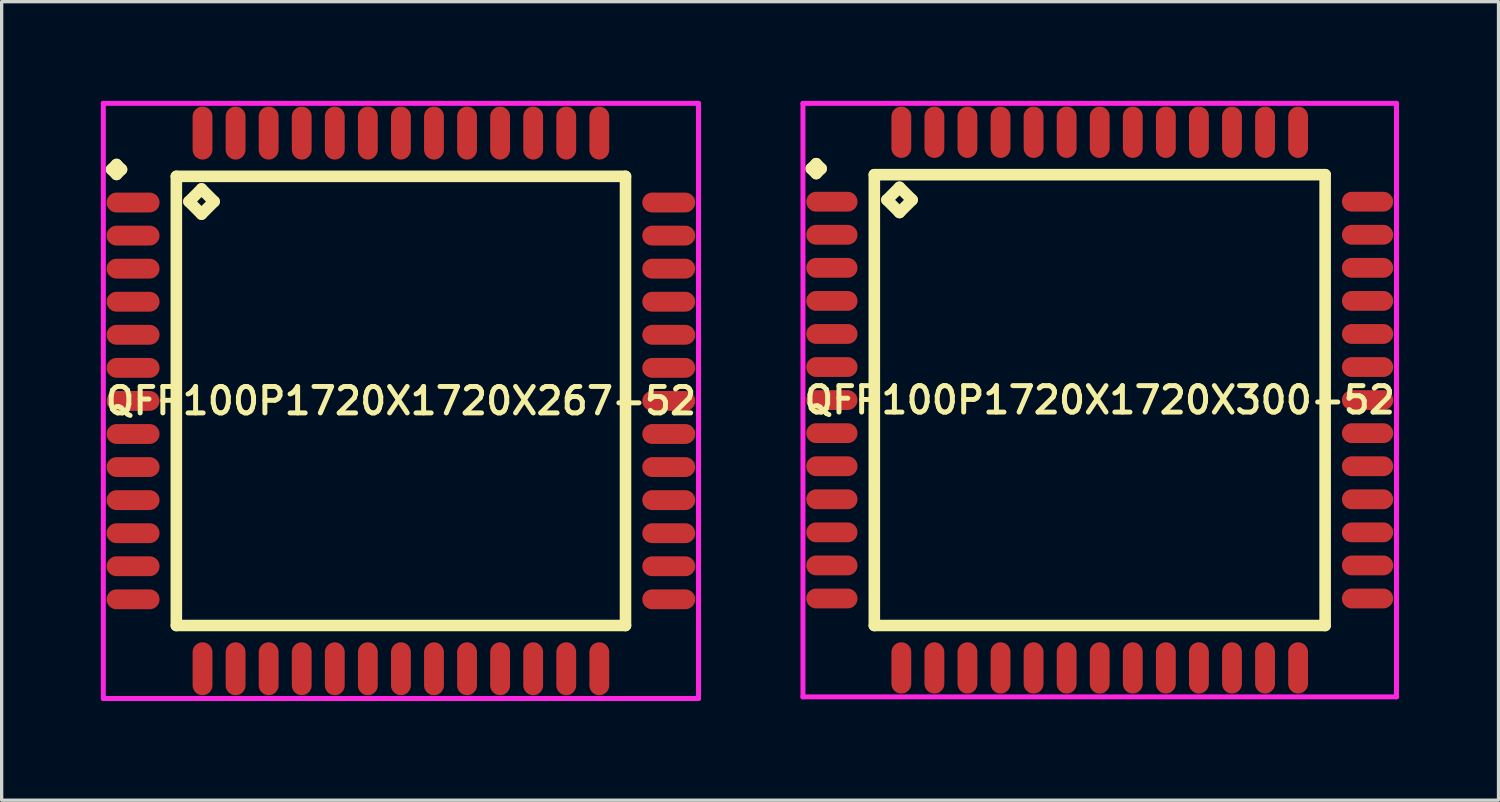
<source format=kicad_pcb>
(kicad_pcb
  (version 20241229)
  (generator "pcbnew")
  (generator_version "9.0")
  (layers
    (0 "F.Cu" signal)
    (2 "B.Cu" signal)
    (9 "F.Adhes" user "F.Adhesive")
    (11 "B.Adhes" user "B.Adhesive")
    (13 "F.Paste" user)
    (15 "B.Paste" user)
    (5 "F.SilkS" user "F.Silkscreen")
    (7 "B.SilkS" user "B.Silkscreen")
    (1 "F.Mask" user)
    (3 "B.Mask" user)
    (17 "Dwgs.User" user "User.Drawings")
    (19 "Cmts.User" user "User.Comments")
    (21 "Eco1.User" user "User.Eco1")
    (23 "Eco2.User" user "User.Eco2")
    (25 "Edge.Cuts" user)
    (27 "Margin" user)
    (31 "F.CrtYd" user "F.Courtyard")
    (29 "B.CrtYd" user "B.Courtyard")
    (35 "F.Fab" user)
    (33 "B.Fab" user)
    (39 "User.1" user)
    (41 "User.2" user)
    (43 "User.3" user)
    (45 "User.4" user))
  (footprint "QFP100P1720X1720X267-52"
    (layer "F.Cu")
    (at 9.075 9.075)
    (property "Reference" "QFP100P1720X1720X267-52" (at 0 0 0) (layer "F.SilkS") (effects (font (size 0.8 0.8) (thickness 0.15))))
    (attr through_hole)
    (fp_line (start -8.75 -7) (end -8.6 -7.15) (stroke (width 0.35) (type solid)) (layer "F.SilkS"))
    (fp_line (start -8.6 -7.15) (end -8.45 -7) (stroke (width 0.35) (type solid)) (layer "F.SilkS"))
    (fp_line (start -8.6 -6.85) (end -8.75 -7) (stroke (width 0.35) (type solid)) (layer "F.SilkS"))
    (fp_line (start -8.45 -7) (end -8.6 -6.85) (stroke (width 0.35) (type solid)) (layer "F.SilkS"))
    (fp_line (start -6.792 -6.792) (end -6.792 6.792) (stroke (width 0.35) (type solid)) (layer "F.SilkS"))
    (fp_line (start -6.792 6.792) (end 6.792 6.792) (stroke (width 0.35) (type solid)) (layer "F.SilkS"))
    (fp_line (start -6.411 -6.03) (end -6.03 -6.411) (stroke (width 0.35) (type solid)) (layer "F.SilkS"))
    (fp_line (start -6.03 -6.411) (end -5.649 -6.03) (stroke (width 0.35) (type solid)) (layer "F.SilkS"))
    (fp_line (start -6.03 -5.649) (end -6.411 -6.03) (stroke (width 0.35) (type solid)) (layer "F.SilkS"))
    (fp_line (start -5.649 -6.03) (end -6.03 -5.649) (stroke (width 0.35) (type solid)) (layer "F.SilkS"))
    (fp_line (start 6.792 -6.792) (end -6.792 -6.792) (stroke (width 0.35) (type solid)) (layer "F.SilkS"))
    (fp_line (start 6.792 6.792) (end 6.792 -6.792) (stroke (width 0.35) (type solid)) (layer "F.SilkS"))
    (fp_line (start -9 -9) (end 9 -9) (stroke (width 0.15) (type solid)) (layer "F.CrtYd"))
    (fp_line (start -9 9) (end -9 -9) (stroke (width 0.15) (type solid)) (layer "F.CrtYd"))
    (fp_line (start 9 -9) (end 9 9) (stroke (width 0.15) (type solid)) (layer "F.CrtYd"))
    (fp_line (start 9 9) (end -9 9) (stroke (width 0.15) (type solid)) (layer "F.CrtYd"))
    (pad "1" smd oval (at -8.1 -6) (size 1.6 0.6) (layers "F.Cu" "F.Mask" "F.Paste"))
    (pad "2" smd oval (at -8.1 -5) (size 1.6 0.6) (layers "F.Cu" "F.Mask" "F.Paste"))
    (pad "3" smd oval (at -8.1 -4) (size 1.6 0.6) (layers "F.Cu" "F.Mask" "F.Paste"))
    (pad "4" smd oval (at -8.1 -3) (size 1.6 0.6) (layers "F.Cu" "F.Mask" "F.Paste"))
    (pad "5" smd oval (at -8.1 -2) (size 1.6 0.6) (layers "F.Cu" "F.Mask" "F.Paste"))
    (pad "6" smd oval (at -8.1 -1) (size 1.6 0.6) (layers "F.Cu" "F.Mask" "F.Paste"))
    (pad "7" smd oval (at -8.1 0) (size 1.6 0.6) (layers "F.Cu" "F.Mask" "F.Paste"))
    (pad "8" smd oval (at -8.1 1) (size 1.6 0.6) (layers "F.Cu" "F.Mask" "F.Paste"))
    (pad "9" smd oval (at -8.1 2) (size 1.6 0.6) (layers "F.Cu" "F.Mask" "F.Paste"))
    (pad "10" smd oval (at -8.1 3) (size 1.6 0.6) (layers "F.Cu" "F.Mask" "F.Paste"))
    (pad "11" smd oval (at -8.1 4) (size 1.6 0.6) (layers "F.Cu" "F.Mask" "F.Paste"))
    (pad "12" smd oval (at -8.1 5) (size 1.6 0.6) (layers "F.Cu" "F.Mask" "F.Paste"))
    (pad "13" smd oval (at -8.1 6) (size 1.6 0.6) (layers "F.Cu" "F.Mask" "F.Paste"))
    (pad "14" smd oval (at -6 8.1) (size 0.6 1.6) (layers "F.Cu" "F.Mask" "F.Paste"))
    (pad "15" smd oval (at -5 8.1) (size 0.6 1.6) (layers "F.Cu" "F.Mask" "F.Paste"))
    (pad "16" smd oval (at -4 8.1) (size 0.6 1.6) (layers "F.Cu" "F.Mask" "F.Paste"))
    (pad "17" smd oval (at -3 8.1) (size 0.6 1.6) (layers "F.Cu" "F.Mask" "F.Paste"))
    (pad "18" smd oval (at -2 8.1) (size 0.6 1.6) (layers "F.Cu" "F.Mask" "F.Paste"))
    (pad "19" smd oval (at -1 8.1) (size 0.6 1.6) (layers "F.Cu" "F.Mask" "F.Paste"))
    (pad "20" smd oval (at 0 8.1) (size 0.6 1.6) (layers "F.Cu" "F.Mask" "F.Paste"))
    (pad "21" smd oval (at 1 8.1) (size 0.6 1.6) (layers "F.Cu" "F.Mask" "F.Paste"))
    (pad "22" smd oval (at 2 8.1) (size 0.6 1.6) (layers "F.Cu" "F.Mask" "F.Paste"))
    (pad "23" smd oval (at 3 8.1) (size 0.6 1.6) (layers "F.Cu" "F.Mask" "F.Paste"))
    (pad "24" smd oval (at 4 8.1) (size 0.6 1.6) (layers "F.Cu" "F.Mask" "F.Paste"))
    (pad "25" smd oval (at 5 8.1) (size 0.6 1.6) (layers "F.Cu" "F.Mask" "F.Paste"))
    (pad "26" smd oval (at 6 8.1) (size 0.6 1.6) (layers "F.Cu" "F.Mask" "F.Paste"))
    (pad "27" smd oval (at 8.1 6) (size 1.6 0.6) (layers "F.Cu" "F.Mask" "F.Paste"))
    (pad "28" smd oval (at 8.1 5) (size 1.6 0.6) (layers "F.Cu" "F.Mask" "F.Paste"))
    (pad "29" smd oval (at 8.1 4) (size 1.6 0.6) (layers "F.Cu" "F.Mask" "F.Paste"))
    (pad "30" smd oval (at 8.1 3) (size 1.6 0.6) (layers "F.Cu" "F.Mask" "F.Paste"))
    (pad "31" smd oval (at 8.1 2) (size 1.6 0.6) (layers "F.Cu" "F.Mask" "F.Paste"))
    (pad "32" smd oval (at 8.1 1) (size 1.6 0.6) (layers "F.Cu" "F.Mask" "F.Paste"))
    (pad "33" smd oval (at 8.1 0) (size 1.6 0.6) (layers "F.Cu" "F.Mask" "F.Paste"))
    (pad "34" smd oval (at 8.1 -1) (size 1.6 0.6) (layers "F.Cu" "F.Mask" "F.Paste"))
    (pad "35" smd oval (at 8.1 -2) (size 1.6 0.6) (layers "F.Cu" "F.Mask" "F.Paste"))
    (pad "36" smd oval (at 8.1 -3) (size 1.6 0.6) (layers "F.Cu" "F.Mask" "F.Paste"))
    (pad "37" smd oval (at 8.1 -4) (size 1.6 0.6) (layers "F.Cu" "F.Mask" "F.Paste"))
    (pad "38" smd oval (at 8.1 -5) (size 1.6 0.6) (layers "F.Cu" "F.Mask" "F.Paste"))
    (pad "39" smd oval (at 8.1 -6) (size 1.6 0.6) (layers "F.Cu" "F.Mask" "F.Paste"))
    (pad "40" smd oval (at 6 -8.1) (size 0.6 1.6) (layers "F.Cu" "F.Mask" "F.Paste"))
    (pad "41" smd oval (at 5 -8.1) (size 0.6 1.6) (layers "F.Cu" "F.Mask" "F.Paste"))
    (pad "42" smd oval (at 4 -8.1) (size 0.6 1.6) (layers "F.Cu" "F.Mask" "F.Paste"))
    (pad "43" smd oval (at 3 -8.1) (size 0.6 1.6) (layers "F.Cu" "F.Mask" "F.Paste"))
    (pad "44" smd oval (at 2 -8.1) (size 0.6 1.6) (layers "F.Cu" "F.Mask" "F.Paste"))
    (pad "45" smd oval (at 1 -8.1) (size 0.6 1.6) (layers "F.Cu" "F.Mask" "F.Paste"))
    (pad "46" smd oval (at 0 -8.1) (size 0.6 1.6) (layers "F.Cu" "F.Mask" "F.Paste"))
    (pad "47" smd oval (at -1 -8.1) (size 0.6 1.6) (layers "F.Cu" "F.Mask" "F.Paste"))
    (pad "48" smd oval (at -2 -8.1) (size 0.6 1.6) (layers "F.Cu" "F.Mask" "F.Paste"))
    (pad "49" smd oval (at -3 -8.1) (size 0.6 1.6) (layers "F.Cu" "F.Mask" "F.Paste"))
    (pad "50" smd oval (at -4 -8.1) (size 0.6 1.6) (layers "F.Cu" "F.Mask" "F.Paste"))
    (pad "51" smd oval (at -5 -8.1) (size 0.6 1.6) (layers "F.Cu" "F.Mask" "F.Paste"))
    (pad "52" smd oval (at -6 -8.1) (size 0.6 1.6) (layers "F.Cu" "F.Mask" "F.Paste")))
  (footprint "QFP100P1720X1720X300-52"
    (layer "F.Cu")
    (at 30.209 9.05)
    (property "Reference" "QFP100P1720X1720X300-52" (at 0 0 0) (layer "F.SilkS") (effects (font (size 0.8 0.8) (thickness 0.15))))
    (attr smd)
    (fp_line (start -8.725 -7) (end -8.575 -7.15) (stroke (width 0.35) (type solid)) (layer "F.SilkS"))
    (fp_line (start -8.575 -7.15) (end -8.425 -7) (stroke (width 0.35) (type solid)) (layer "F.SilkS"))
    (fp_line (start -8.575 -6.85) (end -8.725 -7) (stroke (width 0.35) (type solid)) (layer "F.SilkS"))
    (fp_line (start -8.425 -7) (end -8.575 -6.85) (stroke (width 0.35) (type solid)) (layer "F.SilkS"))
    (fp_line (start -6.817 -6.817) (end -6.817 6.817) (stroke (width 0.35) (type solid)) (layer "F.SilkS"))
    (fp_line (start -6.817 6.817) (end 6.817 6.817) (stroke (width 0.35) (type solid)) (layer "F.SilkS"))
    (fp_line (start -6.436 -6.055) (end -6.055 -6.436) (stroke (width 0.35) (type solid)) (layer "F.SilkS"))
    (fp_line (start -6.055 -6.436) (end -5.674 -6.055) (stroke (width 0.35) (type solid)) (layer "F.SilkS"))
    (fp_line (start -6.055 -5.674) (end -6.436 -6.055) (stroke (width 0.35) (type solid)) (layer "F.SilkS"))
    (fp_line (start -5.674 -6.055) (end -6.055 -5.674) (stroke (width 0.35) (type solid)) (layer "F.SilkS"))
    (fp_line (start 6.817 -6.817) (end -6.817 -6.817) (stroke (width 0.35) (type solid)) (layer "F.SilkS"))
    (fp_line (start 6.817 6.817) (end 6.817 -6.817) (stroke (width 0.35) (type solid)) (layer "F.SilkS"))
    (fp_line (start -8.975 -8.975) (end 8.975 -8.975) (stroke (width 0.15) (type solid)) (layer "F.CrtYd"))
    (fp_line (start -8.975 8.975) (end -8.975 -8.975) (stroke (width 0.15) (type solid)) (layer "F.CrtYd"))
    (fp_line (start 8.975 -8.975) (end 8.975 8.975) (stroke (width 0.15) (type solid)) (layer "F.CrtYd"))
    (fp_line (start 8.975 8.975) (end -8.975 8.975) (stroke (width 0.15) (type solid)) (layer "F.CrtYd"))
    (pad "1" smd oval (at -8.1 -6) (size 1.55 0.6) (layers "F.Cu" "F.Mask" "F.Paste"))
    (pad "2" smd oval (at -8.1 -5) (size 1.55 0.6) (layers "F.Cu" "F.Mask" "F.Paste"))
    (pad "3" smd oval (at -8.1 -4) (size 1.55 0.6) (layers "F.Cu" "F.Mask" "F.Paste"))
    (pad "4" smd oval (at -8.1 -3) (size 1.55 0.6) (layers "F.Cu" "F.Mask" "F.Paste"))
    (pad "5" smd oval (at -8.1 -2) (size 1.55 0.6) (layers "F.Cu" "F.Mask" "F.Paste"))
    (pad "6" smd oval (at -8.1 -1) (size 1.55 0.6) (layers "F.Cu" "F.Mask" "F.Paste"))
    (pad "7" smd oval (at -8.1 0) (size 1.55 0.6) (layers "F.Cu" "F.Mask" "F.Paste"))
    (pad "8" smd oval (at -8.1 1) (size 1.55 0.6) (layers "F.Cu" "F.Mask" "F.Paste"))
    (pad "9" smd oval (at -8.1 2) (size 1.55 0.6) (layers "F.Cu" "F.Mask" "F.Paste"))
    (pad "10" smd oval (at -8.1 3) (size 1.55 0.6) (layers "F.Cu" "F.Mask" "F.Paste"))
    (pad "11" smd oval (at -8.1 4) (size 1.55 0.6) (layers "F.Cu" "F.Mask" "F.Paste"))
    (pad "12" smd oval (at -8.1 5) (size 1.55 0.6) (layers "F.Cu" "F.Mask" "F.Paste"))
    (pad "13" smd oval (at -8.1 6) (size 1.55 0.6) (layers "F.Cu" "F.Mask" "F.Paste"))
    (pad "14" smd oval (at -6 8.1) (size 0.6 1.55) (layers "F.Cu" "F.Mask" "F.Paste"))
    (pad "15" smd oval (at -5 8.1) (size 0.6 1.55) (layers "F.Cu" "F.Mask" "F.Paste"))
    (pad "16" smd oval (at -4 8.1) (size 0.6 1.55) (layers "F.Cu" "F.Mask" "F.Paste"))
    (pad "17" smd oval (at -3 8.1) (size 0.6 1.55) (layers "F.Cu" "F.Mask" "F.Paste"))
    (pad "18" smd oval (at -2 8.1) (size 0.6 1.55) (layers "F.Cu" "F.Mask" "F.Paste"))
    (pad "19" smd oval (at -1 8.1) (size 0.6 1.55) (layers "F.Cu" "F.Mask" "F.Paste"))
    (pad "20" smd oval (at 0 8.1) (size 0.6 1.55) (layers "F.Cu" "F.Mask" "F.Paste"))
    (pad "21" smd oval (at 1 8.1) (size 0.6 1.55) (layers "F.Cu" "F.Mask" "F.Paste"))
    (pad "22" smd oval (at 2 8.1) (size 0.6 1.55) (layers "F.Cu" "F.Mask" "F.Paste"))
    (pad "23" smd oval (at 3 8.1) (size 0.6 1.55) (layers "F.Cu" "F.Mask" "F.Paste"))
    (pad "24" smd oval (at 4 8.1) (size 0.6 1.55) (layers "F.Cu" "F.Mask" "F.Paste"))
    (pad "25" smd oval (at 5 8.1) (size 0.6 1.55) (layers "F.Cu" "F.Mask" "F.Paste"))
    (pad "26" smd oval (at 6 8.1) (size 0.6 1.55) (layers "F.Cu" "F.Mask" "F.Paste"))
    (pad "27" smd oval (at 8.1 6) (size 1.55 0.6) (layers "F.Cu" "F.Mask" "F.Paste"))
    (pad "28" smd oval (at 8.1 5) (size 1.55 0.6) (layers "F.Cu" "F.Mask" "F.Paste"))
    (pad "29" smd oval (at 8.1 4) (size 1.55 0.6) (layers "F.Cu" "F.Mask" "F.Paste"))
    (pad "30" smd oval (at 8.1 3) (size 1.55 0.6) (layers "F.Cu" "F.Mask" "F.Paste"))
    (pad "31" smd oval (at 8.1 2) (size 1.55 0.6) (layers "F.Cu" "F.Mask" "F.Paste"))
    (pad "32" smd oval (at 8.1 1) (size 1.55 0.6) (layers "F.Cu" "F.Mask" "F.Paste"))
    (pad "33" smd oval (at 8.1 0) (size 1.55 0.6) (layers "F.Cu" "F.Mask" "F.Paste"))
    (pad "34" smd oval (at 8.1 -1) (size 1.55 0.6) (layers "F.Cu" "F.Mask" "F.Paste"))
    (pad "35" smd oval (at 8.1 -2) (size 1.55 0.6) (layers "F.Cu" "F.Mask" "F.Paste"))
    (pad "36" smd oval (at 8.1 -3) (size 1.55 0.6) (layers "F.Cu" "F.Mask" "F.Paste"))
    (pad "37" smd oval (at 8.1 -4) (size 1.55 0.6) (layers "F.Cu" "F.Mask" "F.Paste"))
    (pad "38" smd oval (at 8.1 -5) (size 1.55 0.6) (layers "F.Cu" "F.Mask" "F.Paste"))
    (pad "39" smd oval (at 8.1 -6) (size 1.55 0.6) (layers "F.Cu" "F.Mask" "F.Paste"))
    (pad "40" smd oval (at 6 -8.1) (size 0.6 1.55) (layers "F.Cu" "F.Mask" "F.Paste"))
    (pad "41" smd oval (at 5 -8.1) (size 0.6 1.55) (layers "F.Cu" "F.Mask" "F.Paste"))
    (pad "42" smd oval (at 4 -8.1) (size 0.6 1.55) (layers "F.Cu" "F.Mask" "F.Paste"))
    (pad "43" smd oval (at 3 -8.1) (size 0.6 1.55) (layers "F.Cu" "F.Mask" "F.Paste"))
    (pad "44" smd oval (at 2 -8.1) (size 0.6 1.55) (layers "F.Cu" "F.Mask" "F.Paste"))
    (pad "45" smd oval (at 1 -8.1) (size 0.6 1.55) (layers "F.Cu" "F.Mask" "F.Paste"))
    (pad "46" smd oval (at 0 -8.1) (size 0.6 1.55) (layers "F.Cu" "F.Mask" "F.Paste"))
    (pad "47" smd oval (at -1 -8.1) (size 0.6 1.55) (layers "F.Cu" "F.Mask" "F.Paste"))
    (pad "48" smd oval (at -2 -8.1) (size 0.6 1.55) (layers "F.Cu" "F.Mask" "F.Paste"))
    (pad "49" smd oval (at -3 -8.1) (size 0.6 1.55) (layers "F.Cu" "F.Mask" "F.Paste"))
    (pad "50" smd oval (at -4 -8.1) (size 0.6 1.55) (layers "F.Cu" "F.Mask" "F.Paste"))
    (pad "51" smd oval (at -5 -8.1) (size 0.6 1.55) (layers "F.Cu" "F.Mask" "F.Paste"))
    (pad "52" smd oval (at -6 -8.1) (size 0.6 1.55) (layers "F.Cu" "F.Mask" "F.Paste")))
  (gr_rect
    (start -3 -3)
    (end 42.269 21.15)
    (stroke (width 0.1) (type default))
    (fill no)
    (layer "Edge.Cuts")))
</source>
